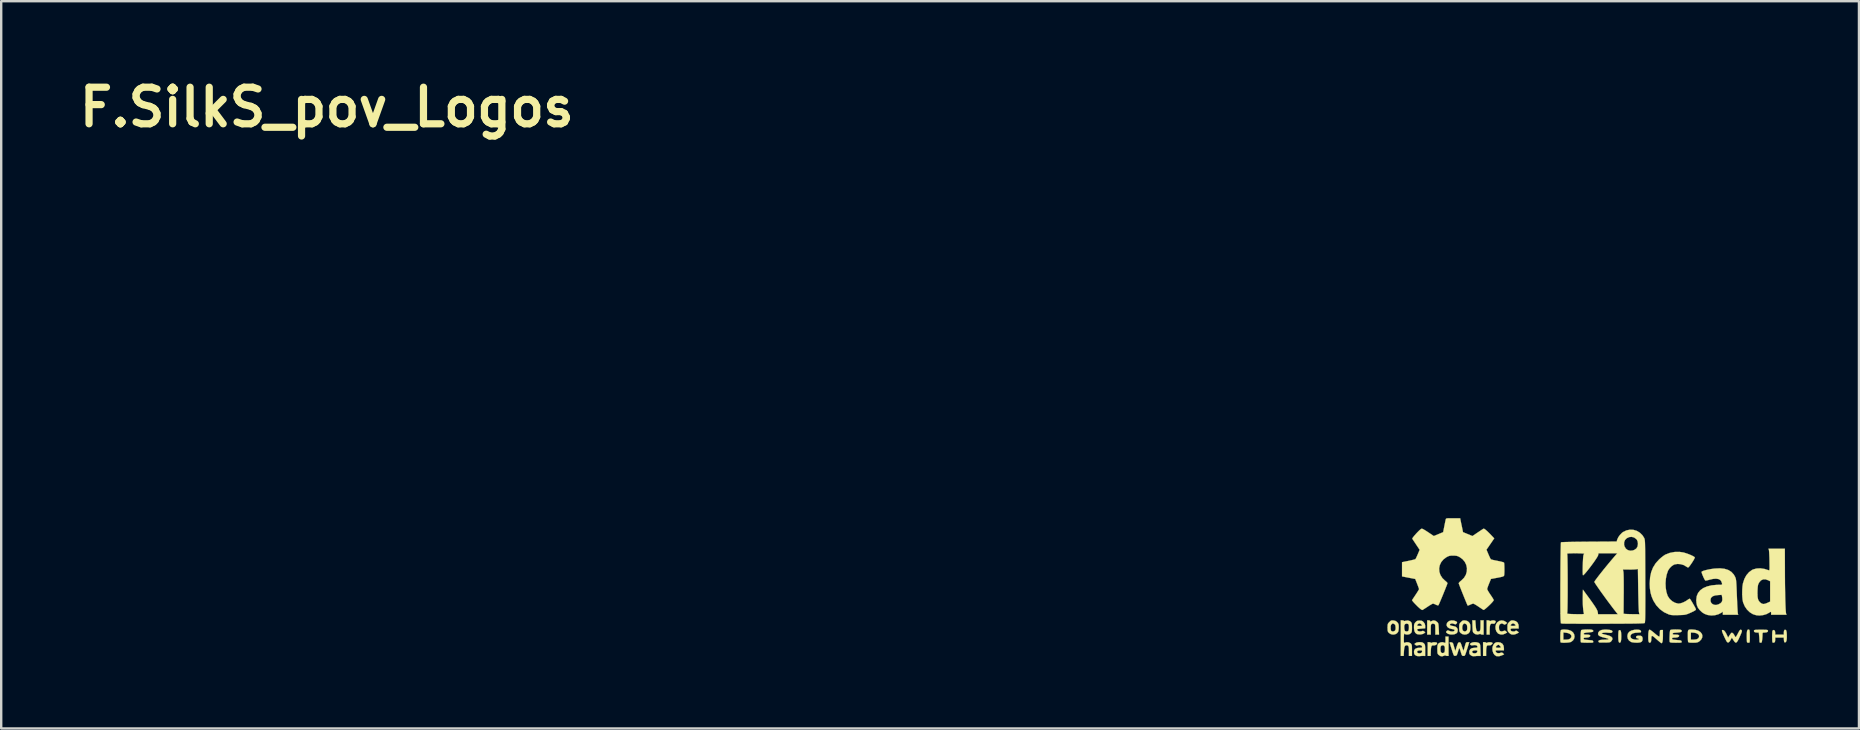
<source format=kicad_pcb>
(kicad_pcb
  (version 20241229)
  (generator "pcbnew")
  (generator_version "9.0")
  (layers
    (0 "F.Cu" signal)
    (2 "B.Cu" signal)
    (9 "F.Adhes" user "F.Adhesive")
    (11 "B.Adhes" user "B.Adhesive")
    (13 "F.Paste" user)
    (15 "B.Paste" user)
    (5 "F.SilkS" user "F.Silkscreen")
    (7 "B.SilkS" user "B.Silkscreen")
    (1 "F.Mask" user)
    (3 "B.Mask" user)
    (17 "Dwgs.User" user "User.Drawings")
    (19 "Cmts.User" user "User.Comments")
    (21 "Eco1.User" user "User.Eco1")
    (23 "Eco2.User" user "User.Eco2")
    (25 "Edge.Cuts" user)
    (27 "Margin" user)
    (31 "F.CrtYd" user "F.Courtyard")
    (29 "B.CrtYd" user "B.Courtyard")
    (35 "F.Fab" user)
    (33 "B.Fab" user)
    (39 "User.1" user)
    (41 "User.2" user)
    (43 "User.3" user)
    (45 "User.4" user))
  (footprint "F.SilkS_pov_Logos"
    (layer "F.Cu")
    (at 10.566 1.418)
    (property "Reference" "F.SilkS_pov_Logos" (at 0 0 0) (layer "F.SilkS") (effects (font (size 1.524 1.524) (thickness 0.3))))
    (attr through_hole)
    (fp_poly (pts (xy 53.892 21.791) (xy 53.914 21.825) (xy 53.926 21.89) (xy 53.932 21.99) (xy 53.933 22.045) (xy 53.929 22.165) (xy 53.918 22.247) (xy 53.898 22.294) (xy 53.869 22.31) (xy 53.868 22.31) (xy 53.84 22.298) (xy 53.823 22.258) (xy 53.816 22.22) (xy 53.811 22.154) (xy 53.808 22.064) (xy 53.809 21.969) (xy 53.81 21.96) (xy 53.814 21.876) (xy 53.82 21.824) (xy 53.832 21.798) (xy 53.85 21.787) (xy 53.861 21.785) (xy 53.892 21.791)) (stroke (width 0.01) (type solid)) (fill yes) (layer "F.SilkS"))
    (fp_poly (pts (xy 45.976 22.295) (xy 45.995 22.31) (xy 45.995 22.31) (xy 46.008 22.322) (xy 46.036 22.31) (xy 46.095 22.293) (xy 46.166 22.29) (xy 46.23 22.3) (xy 46.249 22.309) (xy 46.262 22.335) (xy 46.247 22.369) (xy 46.21 22.4) (xy 46.164 22.419) (xy 46.127 22.422) (xy 46.076 22.42) (xy 46.041 22.434) (xy 46.019 22.47) (xy 46.006 22.534) (xy 45.999 22.633) (xy 45.998 22.658) (xy 45.991 22.86) (xy 45.868 22.86) (xy 45.868 22.288) (xy 45.932 22.288) (xy 45.976 22.295)) (stroke (width 0.01) (type solid)) (fill yes) (layer "F.SilkS"))
    (fp_poly (pts (xy 59.249 21.764) (xy 59.256 21.767) (xy 59.27 21.779) (xy 59.279 21.808) (xy 59.284 21.861) (xy 59.287 21.944) (xy 59.288 22.044) (xy 59.288 22.154) (xy 59.286 22.229) (xy 59.282 22.274) (xy 59.274 22.299) (xy 59.26 22.308) (xy 59.241 22.31) (xy 59.238 22.31) (xy 59.194 22.304) (xy 59.175 22.296) (xy 59.169 22.27) (xy 59.165 22.211) (xy 59.162 22.128) (xy 59.161 22.044) (xy 59.163 21.921) (xy 59.172 21.836) (xy 59.188 21.785) (xy 59.213 21.762) (xy 59.249 21.764)) (stroke (width 0.01) (type solid)) (fill yes) (layer "F.SilkS"))
    (fp_poly (pts (xy 48.432 21.385) (xy 48.45 21.4) (xy 48.45 21.4) (xy 48.463 21.411) (xy 48.491 21.4) (xy 48.554 21.382) (xy 48.625 21.381) (xy 48.682 21.398) (xy 48.682 21.398) (xy 48.701 21.418) (xy 48.697 21.447) (xy 48.683 21.474) (xy 48.654 21.513) (xy 48.615 21.521) (xy 48.591 21.517) (xy 48.533 21.514) (xy 48.493 21.532) (xy 48.468 21.577) (xy 48.455 21.653) (xy 48.451 21.767) (xy 48.45 21.773) (xy 48.45 21.971) (xy 48.324 21.971) (xy 48.324 21.378) (xy 48.387 21.378) (xy 48.432 21.385)) (stroke (width 0.01) (type solid)) (fill yes) (layer "F.SilkS"))
    (fp_poly (pts (xy 48.283 22.295) (xy 48.302 22.31) (xy 48.302 22.31) (xy 48.315 22.322) (xy 48.343 22.31) (xy 48.402 22.293) (xy 48.474 22.29) (xy 48.537 22.3) (xy 48.556 22.309) (xy 48.573 22.327) (xy 48.562 22.353) (xy 48.54 22.378) (xy 48.493 22.414) (xy 48.434 22.421) (xy 48.419 22.42) (xy 48.367 22.418) (xy 48.339 22.436) (xy 48.324 22.468) (xy 48.313 22.516) (xy 48.306 22.591) (xy 48.302 22.679) (xy 48.302 22.692) (xy 48.302 22.86) (xy 48.175 22.86) (xy 48.175 22.288) (xy 48.239 22.288) (xy 48.283 22.295)) (stroke (width 0.01) (type solid)) (fill yes) (layer "F.SilkS"))
    (fp_poly (pts (xy 47.868 21.585) (xy 47.878 21.695) (xy 47.891 21.769) (xy 47.908 21.815) (xy 47.934 21.837) (xy 47.969 21.844) (xy 47.973 21.844) (xy 48.014 21.838) (xy 48.042 21.817) (xy 48.059 21.773) (xy 48.067 21.701) (xy 48.069 21.593) (xy 48.069 21.586) (xy 48.069 21.378) (xy 48.197 21.378) (xy 48.197 21.971) (xy 48.133 21.971) (xy 48.088 21.965) (xy 48.07 21.949) (xy 48.069 21.949) (xy 48.057 21.938) (xy 48.029 21.949) (xy 47.947 21.97) (xy 47.862 21.956) (xy 47.801 21.92) (xy 47.775 21.896) (xy 47.758 21.871) (xy 47.747 21.837) (xy 47.741 21.784) (xy 47.737 21.703) (xy 47.734 21.624) (xy 47.727 21.378) (xy 47.853 21.378) (xy 47.868 21.585)) (stroke (width 0.01) (type solid)) (fill yes) (layer "F.SilkS"))
    (fp_poly (pts (xy 45.96 21.387) (xy 45.974 21.411) (xy 45.978 21.432) (xy 45.997 21.427) (xy 46.021 21.411) (xy 46.097 21.381) (xy 46.178 21.391) (xy 46.251 21.437) (xy 46.28 21.465) (xy 46.299 21.491) (xy 46.312 21.526) (xy 46.319 21.579) (xy 46.325 21.659) (xy 46.329 21.734) (xy 46.34 21.971) (xy 46.186 21.971) (xy 46.186 21.759) (xy 46.185 21.662) (xy 46.182 21.599) (xy 46.175 21.561) (xy 46.162 21.54) (xy 46.141 21.527) (xy 46.135 21.524) (xy 46.078 21.512) (xy 46.04 21.525) (xy 46.02 21.54) (xy 46.006 21.562) (xy 45.999 21.601) (xy 45.996 21.666) (xy 45.995 21.76) (xy 45.995 21.971) (xy 45.847 21.971) (xy 45.847 21.378) (xy 45.91 21.378) (xy 45.96 21.387)) (stroke (width 0.01) (type solid)) (fill yes) (layer "F.SilkS"))
    (fp_poly (pts (xy 49.047 21.398) (xy 49.127 21.444) (xy 49.179 21.488) (xy 49.128 21.527) (xy 49.089 21.552) (xy 49.057 21.552) (xy 49.017 21.53) (xy 48.971 21.508) (xy 48.934 21.511) (xy 48.9 21.527) (xy 48.863 21.555) (xy 48.844 21.594) (xy 48.836 21.66) (xy 48.836 21.662) (xy 48.842 21.755) (xy 48.873 21.815) (xy 48.927 21.841) (xy 49.002 21.831) (xy 49.032 21.819) (xy 49.077 21.806) (xy 49.112 21.82) (xy 49.132 21.839) (xy 49.176 21.883) (xy 49.104 21.927) (xy 49.008 21.965) (xy 48.909 21.968) (xy 48.819 21.937) (xy 48.791 21.917) (xy 48.73 21.84) (xy 48.697 21.744) (xy 48.691 21.64) (xy 48.714 21.542) (xy 48.767 21.461) (xy 48.768 21.46) (xy 48.853 21.402) (xy 48.95 21.381) (xy 49.047 21.398)) (stroke (width 0.01) (type solid)) (fill yes) (layer "F.SilkS"))
    (fp_poly (pts (xy 59.869 21.77) (xy 59.948 21.772) (xy 59.998 21.776) (xy 60.027 21.783) (xy 60.04 21.795) (xy 60.045 21.812) (xy 60.046 21.815) (xy 60.036 21.853) (xy 59.993 21.876) (xy 59.913 21.886) (xy 59.886 21.886) (xy 59.841 21.889) (xy 59.822 21.907) (xy 59.817 21.952) (xy 59.817 21.968) (xy 59.815 22.035) (xy 59.809 22.122) (xy 59.803 22.18) (xy 59.794 22.251) (xy 59.783 22.29) (xy 59.766 22.307) (xy 59.74 22.31) (xy 59.707 22.304) (xy 59.693 22.28) (xy 59.69 22.228) (xy 59.688 22.161) (xy 59.682 22.074) (xy 59.676 22.016) (xy 59.663 21.886) (xy 59.586 21.886) (xy 59.508 21.877) (xy 59.466 21.85) (xy 59.461 21.81) (xy 59.467 21.794) (xy 59.483 21.783) (xy 59.515 21.776) (xy 59.571 21.772) (xy 59.656 21.77) (xy 59.754 21.77) (xy 59.869 21.77)) (stroke (width 0.01) (type solid)) (fill yes) (layer "F.SilkS"))
    (fp_poly (pts (xy 60.782 21.776) (xy 60.793 21.782) (xy 60.81 21.811) (xy 60.823 21.875) (xy 60.83 21.976) (xy 60.83 22.117) (xy 60.819 22.218) (xy 60.795 22.278) (xy 60.758 22.299) (xy 60.758 22.299) (xy 60.732 22.292) (xy 60.718 22.263) (xy 60.71 22.203) (xy 60.71 22.199) (xy 60.704 22.098) (xy 60.346 22.098) (xy 60.346 22.17) (xy 60.343 22.23) (xy 60.334 22.275) (xy 60.333 22.276) (xy 60.304 22.304) (xy 60.26 22.309) (xy 60.233 22.296) (xy 60.227 22.269) (xy 60.223 22.211) (xy 60.22 22.133) (xy 60.219 22.045) (xy 60.221 21.957) (xy 60.224 21.882) (xy 60.229 21.829) (xy 60.232 21.814) (xy 60.262 21.785) (xy 60.283 21.78) (xy 60.321 21.798) (xy 60.342 21.85) (xy 60.346 21.909) (xy 60.346 21.971) (xy 60.706 21.971) (xy 60.706 21.878) (xy 60.715 21.806) (xy 60.74 21.772) (xy 60.782 21.776)) (stroke (width 0.01) (type solid)) (fill yes) (layer "F.SilkS"))
    (fp_poly (pts (xy 51.62 21.763) (xy 51.718 21.776) (xy 51.751 21.782) (xy 51.851 21.821) (xy 51.925 21.883) (xy 51.97 21.961) (xy 51.986 22.048) (xy 51.97 22.134) (xy 51.923 22.213) (xy 51.841 22.276) (xy 51.837 22.278) (xy 51.792 22.291) (xy 51.722 22.302) (xy 51.638 22.308) (xy 51.553 22.311) (xy 51.477 22.309) (xy 51.424 22.303) (xy 51.407 22.296) (xy 51.399 22.266) (xy 51.394 22.206) (xy 51.393 22.183) (xy 51.52 22.183) (xy 51.633 22.183) (xy 51.721 22.176) (xy 51.784 22.152) (xy 51.803 22.139) (xy 51.849 22.084) (xy 51.857 22.028) (xy 51.83 21.975) (xy 51.771 21.931) (xy 51.684 21.902) (xy 51.641 21.895) (xy 51.52 21.881) (xy 51.52 22.183) (xy 51.393 22.183) (xy 51.392 22.124) (xy 51.393 22.033) (xy 51.396 21.942) (xy 51.402 21.864) (xy 51.41 21.807) (xy 51.418 21.785) (xy 51.459 21.768) (xy 51.53 21.761) (xy 51.62 21.763)) (stroke (width 0.01) (type solid)) (fill yes) (layer "F.SilkS"))
    (fp_poly (pts (xy 57.014 21.772) (xy 57.138 21.808) (xy 57.231 21.866) (xy 57.291 21.944) (xy 57.31 22.003) (xy 57.306 22.09) (xy 57.264 22.175) (xy 57.189 22.25) (xy 57.172 22.262) (xy 57.13 22.286) (xy 57.083 22.3) (xy 57.02 22.308) (xy 56.927 22.31) (xy 56.916 22.31) (xy 56.823 22.308) (xy 56.765 22.303) (xy 56.732 22.292) (xy 56.718 22.276) (xy 56.713 22.242) (xy 56.709 22.183) (xy 56.833 22.183) (xy 56.937 22.183) (xy 57.011 22.178) (xy 57.075 22.166) (xy 57.094 22.159) (xy 57.142 22.123) (xy 57.167 22.088) (xy 57.176 22.025) (xy 57.149 21.97) (xy 57.089 21.926) (xy 57.003 21.897) (xy 56.912 21.888) (xy 56.833 21.886) (xy 56.833 22.183) (xy 56.709 22.183) (xy 56.709 22.176) (xy 56.706 22.088) (xy 56.706 22.014) (xy 56.706 21.907) (xy 56.711 21.835) (xy 56.724 21.791) (xy 56.751 21.769) (xy 56.795 21.761) (xy 56.861 21.759) (xy 56.865 21.759) (xy 57.014 21.772)) (stroke (width 0.01) (type solid)) (fill yes) (layer "F.SilkS"))
    (fp_poly (pts (xy 55.136 21.775) (xy 55.185 21.808) (xy 55.251 21.858) (xy 55.321 21.917) (xy 55.41 21.991) (xy 55.472 22.036) (xy 55.509 22.054) (xy 55.524 22.05) (xy 55.533 22.016) (xy 55.539 21.954) (xy 55.541 21.902) (xy 55.542 21.834) (xy 55.549 21.797) (xy 55.566 21.783) (xy 55.599 21.781) (xy 55.605 21.78) (xy 55.668 21.78) (xy 55.668 22.015) (xy 55.665 22.152) (xy 55.655 22.249) (xy 55.637 22.307) (xy 55.612 22.33) (xy 55.607 22.331) (xy 55.585 22.318) (xy 55.539 22.281) (xy 55.475 22.228) (xy 55.401 22.164) (xy 55.316 22.089) (xy 55.257 22.043) (xy 55.22 22.026) (xy 55.198 22.038) (xy 55.188 22.079) (xy 55.184 22.148) (xy 55.184 22.165) (xy 55.176 22.247) (xy 55.156 22.294) (xy 55.122 22.31) (xy 55.118 22.31) (xy 55.09 22.3) (xy 55.072 22.268) (xy 55.061 22.207) (xy 55.057 22.113) (xy 55.057 22.045) (xy 55.061 21.921) (xy 55.072 21.835) (xy 55.09 21.784) (xy 55.111 21.765) (xy 55.136 21.775)) (stroke (width 0.01) (type solid)) (fill yes) (layer "F.SilkS"))
    (fp_poly (pts (xy 48.906 22.307) (xy 48.982 22.356) (xy 49.028 22.435) (xy 49.043 22.537) (xy 49.043 22.627) (xy 48.865 22.627) (xy 48.779 22.628) (xy 48.727 22.631) (xy 48.702 22.639) (xy 48.696 22.653) (xy 48.699 22.671) (xy 48.731 22.722) (xy 48.79 22.747) (xy 48.866 22.742) (xy 48.888 22.735) (xy 48.941 22.719) (xy 48.974 22.724) (xy 49.007 22.751) (xy 49.051 22.795) (xy 48.957 22.838) (xy 48.844 22.874) (xy 48.748 22.873) (xy 48.726 22.866) (xy 48.654 22.819) (xy 48.602 22.744) (xy 48.571 22.651) (xy 48.563 22.551) (xy 48.573 22.491) (xy 48.705 22.491) (xy 48.717 22.51) (xy 48.76 22.52) (xy 48.81 22.521) (xy 48.871 22.518) (xy 48.909 22.508) (xy 48.916 22.5) (xy 48.902 22.47) (xy 48.869 22.432) (xy 48.834 22.402) (xy 48.815 22.394) (xy 48.778 22.408) (xy 48.737 22.441) (xy 48.709 22.477) (xy 48.705 22.491) (xy 48.573 22.491) (xy 48.58 22.454) (xy 48.623 22.37) (xy 48.642 22.347) (xy 48.69 22.309) (xy 48.742 22.292) (xy 48.803 22.289) (xy 48.906 22.307)) (stroke (width 0.01) (type solid)) (fill yes) (layer "F.SilkS"))
    (fp_poly (pts (xy 54.703 21.78) (xy 54.748 21.812) (xy 54.758 21.843) (xy 54.752 21.87) (xy 54.728 21.882) (xy 54.674 21.886) (xy 54.658 21.887) (xy 54.515 21.896) (xy 54.41 21.922) (xy 54.343 21.966) (xy 54.315 22.028) (xy 54.314 22.044) (xy 54.333 22.106) (xy 54.388 22.151) (xy 54.473 22.177) (xy 54.549 22.183) (xy 54.623 22.179) (xy 54.664 22.168) (xy 54.67 22.153) (xy 54.637 22.137) (xy 54.609 22.129) (xy 54.563 22.113) (xy 54.55 22.084) (xy 54.551 22.07) (xy 54.561 22.041) (xy 54.589 22.026) (xy 54.647 22.018) (xy 54.662 22.017) (xy 54.745 22.021) (xy 54.795 22.048) (xy 54.818 22.103) (xy 54.822 22.155) (xy 54.812 22.223) (xy 54.78 22.27) (xy 54.719 22.297) (xy 54.625 22.308) (xy 54.573 22.309) (xy 54.484 22.305) (xy 54.403 22.295) (xy 54.347 22.281) (xy 54.344 22.28) (xy 54.257 22.221) (xy 54.204 22.138) (xy 54.187 22.036) (xy 54.205 21.937) (xy 54.258 21.861) (xy 54.348 21.806) (xy 54.474 21.773) (xy 54.52 21.768) (xy 54.625 21.765) (xy 54.703 21.78)) (stroke (width 0.01) (type solid)) (fill yes) (layer "F.SilkS"))
    (fp_poly (pts (xy 46.952 21.387) (xy 47.017 21.407) (xy 47.073 21.434) (xy 47.093 21.461) (xy 47.081 21.496) (xy 47.066 21.516) (xy 47.039 21.543) (xy 47.006 21.541) (xy 46.981 21.531) (xy 46.904 21.508) (xy 46.839 21.512) (xy 46.802 21.534) (xy 46.791 21.567) (xy 46.821 21.593) (xy 46.893 21.611) (xy 46.936 21.617) (xy 47.029 21.643) (xy 47.091 21.695) (xy 47.12 21.767) (xy 47.11 21.856) (xy 47.104 21.875) (xy 47.066 21.92) (xy 46.998 21.952) (xy 46.914 21.968) (xy 46.824 21.967) (xy 46.739 21.948) (xy 46.699 21.929) (xy 46.648 21.893) (xy 46.633 21.863) (xy 46.652 21.831) (xy 46.667 21.817) (xy 46.7 21.796) (xy 46.734 21.801) (xy 46.757 21.813) (xy 46.817 21.835) (xy 46.884 21.843) (xy 46.942 21.837) (xy 46.979 21.818) (xy 46.983 21.811) (xy 46.988 21.783) (xy 46.974 21.763) (xy 46.932 21.749) (xy 46.858 21.736) (xy 46.761 21.707) (xy 46.693 21.659) (xy 46.658 21.597) (xy 46.658 21.527) (xy 46.697 21.454) (xy 46.7 21.452) (xy 46.766 21.405) (xy 46.854 21.383) (xy 46.952 21.387)) (stroke (width 0.01) (type solid)) (fill yes) (layer "F.SilkS"))
    (fp_poly (pts (xy 47.429 21.384) (xy 47.507 21.401) (xy 47.565 21.438) (xy 47.587 21.461) (xy 47.62 21.504) (xy 47.638 21.548) (xy 47.645 21.608) (xy 47.646 21.663) (xy 47.642 21.745) (xy 47.632 21.816) (xy 47.621 21.855) (xy 47.57 21.919) (xy 47.496 21.959) (xy 47.41 21.971) (xy 47.323 21.956) (xy 47.248 21.911) (xy 47.246 21.91) (xy 47.213 21.876) (xy 47.193 21.843) (xy 47.184 21.8) (xy 47.181 21.733) (xy 47.181 21.685) (xy 47.181 21.658) (xy 47.307 21.658) (xy 47.309 21.733) (xy 47.329 21.795) (xy 47.341 21.811) (xy 47.397 21.841) (xy 47.456 21.832) (xy 47.487 21.81) (xy 47.509 21.769) (xy 47.516 21.702) (xy 47.515 21.668) (xy 47.508 21.599) (xy 47.491 21.559) (xy 47.459 21.532) (xy 47.452 21.528) (xy 47.408 21.508) (xy 47.378 21.514) (xy 47.351 21.536) (xy 47.321 21.586) (xy 47.307 21.658) (xy 47.181 21.658) (xy 47.181 21.602) (xy 47.187 21.547) (xy 47.202 21.509) (xy 47.229 21.474) (xy 47.255 21.448) (xy 47.304 21.403) (xy 47.344 21.383) (xy 47.395 21.381) (xy 47.429 21.384)) (stroke (width 0.01) (type solid)) (fill yes) (layer "F.SilkS"))
    (fp_poly (pts (xy 44.445 21.384) (xy 44.523 21.401) (xy 44.58 21.438) (xy 44.603 21.461) (xy 44.636 21.504) (xy 44.654 21.548) (xy 44.661 21.608) (xy 44.662 21.663) (xy 44.658 21.745) (xy 44.648 21.816) (xy 44.636 21.855) (xy 44.586 21.919) (xy 44.512 21.959) (xy 44.425 21.971) (xy 44.339 21.956) (xy 44.263 21.911) (xy 44.262 21.91) (xy 44.228 21.876) (xy 44.209 21.843) (xy 44.199 21.8) (xy 44.196 21.733) (xy 44.196 21.685) (xy 44.196 21.684) (xy 44.323 21.684) (xy 44.328 21.752) (xy 44.34 21.803) (xy 44.348 21.819) (xy 44.398 21.842) (xy 44.458 21.836) (xy 44.502 21.81) (xy 44.525 21.769) (xy 44.532 21.702) (xy 44.53 21.668) (xy 44.523 21.599) (xy 44.507 21.559) (xy 44.475 21.532) (xy 44.467 21.528) (xy 44.424 21.508) (xy 44.393 21.514) (xy 44.367 21.536) (xy 44.338 21.575) (xy 44.325 21.631) (xy 44.323 21.684) (xy 44.196 21.684) (xy 44.197 21.602) (xy 44.203 21.547) (xy 44.217 21.509) (xy 44.245 21.474) (xy 44.271 21.448) (xy 44.319 21.403) (xy 44.36 21.383) (xy 44.41 21.381) (xy 44.445 21.384)) (stroke (width 0.01) (type solid)) (fill yes) (layer "F.SilkS"))
    (fp_poly (pts (xy 46.736 22.86) (xy 46.672 22.86) (xy 46.628 22.854) (xy 46.609 22.84) (xy 46.609 22.84) (xy 46.593 22.835) (xy 46.554 22.849) (xy 46.551 22.851) (xy 46.47 22.878) (xy 46.399 22.867) (xy 46.335 22.826) (xy 46.304 22.798) (xy 46.285 22.771) (xy 46.275 22.734) (xy 46.271 22.677) (xy 46.27 22.589) (xy 46.27 22.582) (xy 46.27 22.573) (xy 46.398 22.573) (xy 46.406 22.667) (xy 46.432 22.723) (xy 46.477 22.743) (xy 46.535 22.733) (xy 46.56 22.716) (xy 46.575 22.681) (xy 46.582 22.616) (xy 46.584 22.597) (xy 46.582 22.504) (xy 46.563 22.447) (xy 46.525 22.419) (xy 46.494 22.416) (xy 46.442 22.428) (xy 46.411 22.467) (xy 46.398 22.54) (xy 46.398 22.573) (xy 46.27 22.573) (xy 46.271 22.49) (xy 46.276 22.429) (xy 46.286 22.389) (xy 46.305 22.359) (xy 46.322 22.34) (xy 46.389 22.301) (xy 46.472 22.287) (xy 46.554 22.304) (xy 46.568 22.31) (xy 46.59 22.319) (xy 46.602 22.311) (xy 46.608 22.277) (xy 46.609 22.21) (xy 46.609 22.194) (xy 46.609 22.056) (xy 46.736 22.056) (xy 46.736 22.86)) (stroke (width 0.01) (type solid)) (fill yes) (layer "F.SilkS"))
    (fp_poly (pts (xy 58.924 21.771) (xy 58.943 21.786) (xy 58.956 21.805) (xy 58.958 21.83) (xy 58.948 21.871) (xy 58.923 21.935) (xy 58.887 22.018) (xy 58.83 22.144) (xy 58.785 22.232) (xy 58.746 22.286) (xy 58.713 22.307) (xy 58.68 22.297) (xy 58.644 22.259) (xy 58.606 22.203) (xy 58.54 22.097) (xy 58.485 22.198) (xy 58.437 22.271) (xy 58.393 22.302) (xy 58.353 22.293) (xy 58.327 22.263) (xy 58.297 22.21) (xy 58.258 22.132) (xy 58.216 22.044) (xy 58.178 21.957) (xy 58.148 21.883) (xy 58.133 21.839) (xy 58.128 21.797) (xy 58.145 21.782) (xy 58.162 21.78) (xy 58.207 21.796) (xy 58.255 21.846) (xy 58.307 21.933) (xy 58.333 21.987) (xy 58.384 22.096) (xy 58.442 22.004) (xy 58.48 21.949) (xy 58.513 21.908) (xy 58.525 21.897) (xy 58.559 21.898) (xy 58.6 21.93) (xy 58.639 21.985) (xy 58.653 22.015) (xy 58.676 22.058) (xy 58.697 22.077) (xy 58.697 22.077) (xy 58.715 22.059) (xy 58.745 22.013) (xy 58.781 21.946) (xy 58.79 21.93) (xy 58.836 21.843) (xy 58.871 21.79) (xy 58.898 21.767) (xy 58.924 21.771)) (stroke (width 0.01) (type solid)) (fill yes) (layer "F.SilkS"))
    (fp_poly (pts (xy 47.901 22.291) (xy 47.978 22.311) (xy 48.009 22.329) (xy 48.031 22.349) (xy 48.045 22.375) (xy 48.055 22.413) (xy 48.06 22.473) (xy 48.064 22.564) (xy 48.066 22.616) (xy 48.073 22.862) (xy 47.992 22.86) (xy 47.913 22.862) (xy 47.832 22.87) (xy 47.826 22.87) (xy 47.75 22.872) (xy 47.684 22.847) (xy 47.673 22.84) (xy 47.621 22.795) (xy 47.6 22.749) (xy 47.604 22.693) (xy 47.716 22.693) (xy 47.731 22.722) (xy 47.775 22.748) (xy 47.834 22.754) (xy 47.889 22.741) (xy 47.921 22.713) (xy 47.94 22.665) (xy 47.929 22.638) (xy 47.884 22.628) (xy 47.85 22.627) (xy 47.775 22.636) (xy 47.729 22.659) (xy 47.716 22.693) (xy 47.604 22.693) (xy 47.606 22.65) (xy 47.641 22.58) (xy 47.707 22.538) (xy 47.806 22.522) (xy 47.827 22.521) (xy 47.901 22.517) (xy 47.937 22.502) (xy 47.94 22.472) (xy 47.923 22.439) (xy 47.887 22.417) (xy 47.828 22.408) (xy 47.761 22.415) (xy 47.741 22.421) (xy 47.688 22.419) (xy 47.657 22.403) (xy 47.629 22.379) (xy 47.631 22.359) (xy 47.664 22.33) (xy 47.664 22.329) (xy 47.727 22.3) (xy 47.811 22.287) (xy 47.901 22.291)) (stroke (width 0.01) (type solid)) (fill yes) (layer "F.SilkS"))
    (fp_poly (pts (xy 53.346 21.765) (xy 53.459 21.777) (xy 53.532 21.798) (xy 53.566 21.828) (xy 53.559 21.866) (xy 53.552 21.875) (xy 53.528 21.893) (xy 53.487 21.9) (xy 53.418 21.897) (xy 53.392 21.894) (xy 53.307 21.889) (xy 53.228 21.891) (xy 53.165 21.899) (xy 53.125 21.911) (xy 53.119 21.927) (xy 53.121 21.929) (xy 53.149 21.943) (xy 53.208 21.96) (xy 53.285 21.978) (xy 53.298 21.981) (xy 53.427 22.016) (xy 53.514 22.059) (xy 53.56 22.109) (xy 53.564 22.167) (xy 53.528 22.233) (xy 53.523 22.238) (xy 53.498 22.266) (xy 53.471 22.284) (xy 53.435 22.294) (xy 53.379 22.3) (xy 53.294 22.303) (xy 53.252 22.304) (xy 53.158 22.304) (xy 53.079 22.303) (xy 53.024 22.3) (xy 53.007 22.297) (xy 52.984 22.268) (xy 52.98 22.247) (xy 52.998 22.218) (xy 53.053 22.198) (xy 53.147 22.186) (xy 53.255 22.183) (xy 53.345 22.179) (xy 53.394 22.169) (xy 53.4 22.154) (xy 53.364 22.135) (xy 53.286 22.113) (xy 53.264 22.108) (xy 53.134 22.075) (xy 53.043 22.041) (xy 52.988 22.002) (xy 52.965 21.956) (xy 52.972 21.901) (xy 52.984 21.871) (xy 53.033 21.815) (xy 53.116 21.779) (xy 53.235 21.763) (xy 53.346 21.765)) (stroke (width 0.01) (type solid)) (fill yes) (layer "F.SilkS"))
    (fp_poly (pts (xy 45.599 21.392) (xy 45.645 21.408) (xy 45.686 21.442) (xy 45.701 21.458) (xy 45.745 21.521) (xy 45.761 21.589) (xy 45.762 21.619) (xy 45.762 21.711) (xy 45.602 21.723) (xy 45.523 21.73) (xy 45.462 21.739) (xy 45.429 21.747) (xy 45.428 21.748) (xy 45.427 21.774) (xy 45.437 21.797) (xy 45.477 21.827) (xy 45.538 21.84) (xy 45.603 21.835) (xy 45.632 21.824) (xy 45.674 21.815) (xy 45.718 21.838) (xy 45.72 21.84) (xy 45.766 21.877) (xy 45.721 21.917) (xy 45.665 21.946) (xy 45.586 21.963) (xy 45.5 21.965) (xy 45.427 21.953) (xy 45.405 21.943) (xy 45.35 21.896) (xy 45.316 21.829) (xy 45.3 21.733) (xy 45.297 21.67) (xy 45.299 21.592) (xy 45.424 21.592) (xy 45.443 21.603) (xy 45.491 21.61) (xy 45.529 21.611) (xy 45.59 21.609) (xy 45.628 21.602) (xy 45.635 21.597) (xy 45.619 21.564) (xy 45.581 21.529) (xy 45.539 21.507) (xy 45.528 21.505) (xy 45.484 21.52) (xy 45.444 21.552) (xy 45.424 21.589) (xy 45.424 21.592) (xy 45.299 21.592) (xy 45.299 21.59) (xy 45.308 21.537) (xy 45.328 21.496) (xy 45.358 21.458) (xy 45.401 21.416) (xy 45.444 21.395) (xy 45.504 21.389) (xy 45.529 21.389) (xy 45.599 21.392)) (stroke (width 0.01) (type solid)) (fill yes) (layer "F.SilkS"))
    (fp_poly (pts (xy 45.61 22.292) (xy 45.66 22.304) (xy 45.699 22.33) (xy 45.71 22.34) (xy 45.733 22.366) (xy 45.748 22.394) (xy 45.757 22.433) (xy 45.761 22.493) (xy 45.762 22.583) (xy 45.762 22.627) (xy 45.762 22.862) (xy 45.683 22.859) (xy 45.605 22.861) (xy 45.53 22.869) (xy 45.529 22.869) (xy 45.444 22.868) (xy 45.39 22.852) (xy 45.335 22.817) (xy 45.306 22.769) (xy 45.297 22.694) (xy 45.297 22.68) (xy 45.297 22.678) (xy 45.427 22.678) (xy 45.434 22.719) (xy 45.448 22.735) (xy 45.501 22.752) (xy 45.561 22.75) (xy 45.608 22.731) (xy 45.61 22.729) (xy 45.632 22.687) (xy 45.635 22.664) (xy 45.629 22.64) (xy 45.605 22.63) (xy 45.55 22.63) (xy 45.535 22.631) (xy 45.47 22.639) (xy 45.437 22.656) (xy 45.427 22.678) (xy 45.297 22.678) (xy 45.315 22.605) (xy 45.367 22.554) (xy 45.453 22.526) (xy 45.522 22.521) (xy 45.588 22.519) (xy 45.622 22.511) (xy 45.634 22.493) (xy 45.635 22.478) (xy 45.617 22.437) (xy 45.571 22.411) (xy 45.509 22.405) (xy 45.462 22.417) (xy 45.413 22.431) (xy 45.377 22.418) (xy 45.358 22.403) (xy 45.314 22.364) (xy 45.361 22.326) (xy 45.413 22.3) (xy 45.494 22.289) (xy 45.533 22.288) (xy 45.61 22.292)) (stroke (width 0.01) (type solid)) (fill yes) (layer "F.SilkS"))
    (fp_poly (pts (xy 49.44 21.384) (xy 49.54 21.413) (xy 49.611 21.472) (xy 49.65 21.557) (xy 49.657 21.622) (xy 49.657 21.717) (xy 49.488 21.717) (xy 49.403 21.718) (xy 49.352 21.723) (xy 49.327 21.732) (xy 49.319 21.749) (xy 49.318 21.755) (xy 49.332 21.802) (xy 49.344 21.819) (xy 49.382 21.836) (xy 49.436 21.843) (xy 49.488 21.839) (xy 49.519 21.823) (xy 49.519 21.823) (xy 49.543 21.803) (xy 49.579 21.814) (xy 49.617 21.842) (xy 49.666 21.881) (xy 49.593 21.926) (xy 49.502 21.962) (xy 49.427 21.971) (xy 49.361 21.965) (xy 49.311 21.941) (xy 49.263 21.899) (xy 49.226 21.859) (xy 49.204 21.823) (xy 49.194 21.777) (xy 49.191 21.708) (xy 49.191 21.675) (xy 49.193 21.594) (xy 49.193 21.592) (xy 49.318 21.592) (xy 49.337 21.603) (xy 49.386 21.61) (xy 49.424 21.611) (xy 49.485 21.608) (xy 49.523 21.599) (xy 49.53 21.592) (xy 49.513 21.555) (xy 49.473 21.522) (xy 49.428 21.505) (xy 49.424 21.505) (xy 49.38 21.519) (xy 49.339 21.552) (xy 49.318 21.589) (xy 49.318 21.592) (xy 49.193 21.592) (xy 49.199 21.542) (xy 49.216 21.504) (xy 49.248 21.466) (xy 49.266 21.448) (xy 49.315 21.403) (xy 49.355 21.383) (xy 49.406 21.381) (xy 49.44 21.384)) (stroke (width 0.01) (type solid)) (fill yes) (layer "F.SilkS"))
    (fp_poly (pts (xy 52.615 21.761) (xy 52.687 21.766) (xy 52.721 21.773) (xy 52.759 21.796) (xy 52.767 21.83) (xy 52.747 21.855) (xy 52.717 21.863) (xy 52.656 21.872) (xy 52.577 21.88) (xy 52.552 21.882) (xy 52.463 21.891) (xy 52.408 21.902) (xy 52.38 21.916) (xy 52.37 21.934) (xy 52.372 21.956) (xy 52.396 21.967) (xy 52.45 21.971) (xy 52.469 21.971) (xy 52.561 21.975) (xy 52.617 21.989) (xy 52.64 22.014) (xy 52.642 22.025) (xy 52.622 22.062) (xy 52.567 22.086) (xy 52.483 22.098) (xy 52.463 22.098) (xy 52.403 22.101) (xy 52.374 22.112) (xy 52.366 22.137) (xy 52.366 22.139) (xy 52.368 22.155) (xy 52.378 22.167) (xy 52.402 22.177) (xy 52.446 22.185) (xy 52.516 22.193) (xy 52.62 22.203) (xy 52.694 22.209) (xy 52.744 22.222) (xy 52.764 22.256) (xy 52.765 22.262) (xy 52.766 22.282) (xy 52.759 22.296) (xy 52.737 22.304) (xy 52.692 22.308) (xy 52.618 22.309) (xy 52.519 22.31) (xy 52.42 22.309) (xy 52.337 22.305) (xy 52.278 22.301) (xy 52.253 22.296) (xy 52.245 22.266) (xy 52.24 22.206) (xy 52.238 22.124) (xy 52.239 22.033) (xy 52.243 21.942) (xy 52.249 21.864) (xy 52.257 21.807) (xy 52.265 21.785) (xy 52.296 21.774) (xy 52.358 21.766) (xy 52.44 21.761) (xy 52.529 21.759) (xy 52.615 21.761)) (stroke (width 0.01) (type solid)) (fill yes) (layer "F.SilkS"))
    (fp_poly (pts (xy 56.298 21.761) (xy 56.374 21.766) (xy 56.42 21.776) (xy 56.444 21.794) (xy 56.451 21.82) (xy 56.452 21.824) (xy 56.442 21.849) (xy 56.409 21.868) (xy 56.348 21.88) (xy 56.253 21.889) (xy 56.198 21.892) (xy 56.127 21.898) (xy 56.089 21.911) (xy 56.075 21.933) (xy 56.074 21.934) (xy 56.077 21.956) (xy 56.1 21.967) (xy 56.154 21.971) (xy 56.173 21.971) (xy 56.265 21.975) (xy 56.321 21.989) (xy 56.344 22.014) (xy 56.346 22.025) (xy 56.326 22.062) (xy 56.27 22.086) (xy 56.182 22.098) (xy 56.157 22.098) (xy 56.092 22.1) (xy 56.06 22.11) (xy 56.05 22.13) (xy 56.049 22.139) (xy 56.051 22.155) (xy 56.061 22.167) (xy 56.085 22.177) (xy 56.129 22.185) (xy 56.199 22.193) (xy 56.303 22.203) (xy 56.377 22.209) (xy 56.427 22.222) (xy 56.447 22.256) (xy 56.448 22.262) (xy 56.449 22.282) (xy 56.442 22.296) (xy 56.419 22.304) (xy 56.373 22.308) (xy 56.298 22.309) (xy 56.209 22.31) (xy 56.1 22.309) (xy 56.026 22.305) (xy 55.981 22.298) (xy 55.958 22.287) (xy 55.951 22.278) (xy 55.946 22.241) (xy 55.944 22.174) (xy 55.945 22.09) (xy 55.949 21.998) (xy 55.954 21.91) (xy 55.961 21.838) (xy 55.969 21.793) (xy 55.972 21.786) (xy 56.001 21.771) (xy 56.067 21.763) (xy 56.172 21.759) (xy 56.186 21.759) (xy 56.298 21.761)) (stroke (width 0.01) (type solid)) (fill yes) (layer "F.SilkS"))
    (fp_poly (pts (xy 47.526 22.526) (xy 47.487 22.649) (xy 47.458 22.737) (xy 47.437 22.797) (xy 47.419 22.833) (xy 47.403 22.852) (xy 47.384 22.859) (xy 47.362 22.86) (xy 47.354 22.86) (xy 47.324 22.857) (xy 47.303 22.844) (xy 47.284 22.813) (xy 47.264 22.754) (xy 47.245 22.69) (xy 47.221 22.614) (xy 47.201 22.559) (xy 47.186 22.533) (xy 47.183 22.533) (xy 47.171 22.558) (xy 47.152 22.613) (xy 47.129 22.686) (xy 47.126 22.697) (xy 47.101 22.776) (xy 47.082 22.822) (xy 47.061 22.845) (xy 47.032 22.854) (xy 47.018 22.856) (xy 46.992 22.857) (xy 46.973 22.851) (xy 46.955 22.832) (xy 46.937 22.792) (xy 46.914 22.726) (xy 46.882 22.628) (xy 46.874 22.602) (xy 46.842 22.501) (xy 46.815 22.414) (xy 46.794 22.349) (xy 46.783 22.315) (xy 46.782 22.313) (xy 46.788 22.295) (xy 46.826 22.291) (xy 46.843 22.292) (xy 46.897 22.307) (xy 46.925 22.342) (xy 46.929 22.352) (xy 46.943 22.401) (xy 46.964 22.473) (xy 46.981 22.532) (xy 47.018 22.659) (xy 47.074 22.479) (xy 47.103 22.392) (xy 47.126 22.337) (xy 47.147 22.307) (xy 47.171 22.295) (xy 47.183 22.293) (xy 47.208 22.293) (xy 47.229 22.306) (xy 47.248 22.339) (xy 47.271 22.399) (xy 47.294 22.469) (xy 47.321 22.548) (xy 47.343 22.609) (xy 47.357 22.641) (xy 47.36 22.645) (xy 47.368 22.622) (xy 47.384 22.569) (xy 47.405 22.495) (xy 47.413 22.463) (xy 47.437 22.379) (xy 47.454 22.327) (xy 47.472 22.3) (xy 47.495 22.29) (xy 47.528 22.288) (xy 47.6 22.288) (xy 47.526 22.526)) (stroke (width 0.01) (type solid)) (fill yes) (layer "F.SilkS"))
    (fp_poly (pts (xy 44.854 21.385) (xy 44.877 21.4) (xy 44.901 21.409) (xy 44.949 21.396) (xy 45.039 21.383) (xy 45.122 21.409) (xy 45.169 21.446) (xy 45.19 21.475) (xy 45.203 21.513) (xy 45.21 21.571) (xy 45.212 21.659) (xy 45.212 21.68) (xy 45.211 21.772) (xy 45.206 21.832) (xy 45.196 21.872) (xy 45.177 21.901) (xy 45.16 21.919) (xy 45.1 21.959) (xy 45.024 21.971) (xy 44.967 21.966) (xy 44.931 21.954) (xy 44.926 21.95) (xy 44.904 21.928) (xy 44.888 21.944) (xy 44.878 22.001) (xy 44.874 22.099) (xy 44.873 22.13) (xy 44.874 22.224) (xy 44.876 22.281) (xy 44.882 22.31) (xy 44.894 22.318) (xy 44.912 22.312) (xy 44.914 22.31) (xy 44.993 22.288) (xy 45.078 22.296) (xy 45.149 22.331) (xy 45.16 22.34) (xy 45.183 22.366) (xy 45.198 22.394) (xy 45.207 22.434) (xy 45.211 22.494) (xy 45.212 22.584) (xy 45.212 22.626) (xy 45.212 22.86) (xy 45.085 22.86) (xy 45.085 22.663) (xy 45.083 22.556) (xy 45.074 22.484) (xy 45.056 22.441) (xy 45.027 22.42) (xy 44.988 22.416) (xy 44.946 22.424) (xy 44.916 22.454) (xy 44.896 22.51) (xy 44.883 22.6) (xy 44.878 22.67) (xy 44.867 22.86) (xy 44.746 22.86) (xy 44.746 21.605) (xy 44.891 21.605) (xy 44.892 21.702) (xy 44.903 21.778) (xy 44.92 21.818) (xy 44.962 21.84) (xy 45.017 21.84) (xy 45.06 21.819) (xy 45.074 21.785) (xy 45.083 21.724) (xy 45.085 21.671) (xy 45.083 21.599) (xy 45.073 21.556) (xy 45.051 21.532) (xy 45.04 21.525) (xy 44.98 21.512) (xy 44.927 21.534) (xy 44.895 21.582) (xy 44.891 21.605) (xy 44.746 21.605) (xy 44.746 21.378) (xy 44.808 21.378) (xy 44.854 21.385)) (stroke (width 0.01) (type solid)) (fill yes) (layer "F.SilkS"))
    (fp_poly (pts (xy 60.751 19.299) (xy 60.752 19.589) (xy 60.754 19.862) (xy 60.758 20.116) (xy 60.762 20.347) (xy 60.767 20.553) (xy 60.773 20.731) (xy 60.779 20.878) (xy 60.787 20.991) (xy 60.794 21.066) (xy 60.8 21.098) (xy 60.817 21.145) (xy 60.177 21.145) (xy 60.177 21.082) (xy 60.174 21.036) (xy 60.16 21.022) (xy 60.126 21.038) (xy 60.092 21.061) (xy 59.978 21.121) (xy 59.84 21.16) (xy 59.693 21.176) (xy 59.561 21.166) (xy 59.418 21.122) (xy 59.287 21.041) (xy 59.171 20.929) (xy 59.078 20.793) (xy 59.012 20.638) (xy 59.003 20.606) (xy 58.985 20.506) (xy 58.975 20.378) (xy 58.972 20.298) (xy 59.607 20.298) (xy 59.614 20.411) (xy 59.631 20.497) (xy 59.661 20.564) (xy 59.704 20.618) (xy 59.723 20.636) (xy 59.787 20.681) (xy 59.852 20.698) (xy 59.927 20.687) (xy 60.023 20.649) (xy 60.135 20.597) (xy 60.135 19.749) (xy 60.051 19.707) (xy 59.94 19.668) (xy 59.841 19.671) (xy 59.754 19.713) (xy 59.682 19.795) (xy 59.67 19.815) (xy 59.646 19.862) (xy 59.63 19.912) (xy 59.62 19.973) (xy 59.613 20.059) (xy 59.609 20.151) (xy 59.607 20.298) (xy 58.972 20.298) (xy 58.971 20.234) (xy 58.974 20.088) (xy 58.984 19.954) (xy 59.001 19.844) (xy 59.003 19.835) (xy 59.062 19.653) (xy 59.147 19.497) (xy 59.255 19.371) (xy 59.382 19.279) (xy 59.423 19.259) (xy 59.565 19.219) (xy 59.725 19.211) (xy 59.896 19.235) (xy 60.069 19.29) (xy 60.077 19.293) (xy 60.09 19.296) (xy 60.1 19.29) (xy 60.106 19.269) (xy 60.11 19.228) (xy 60.111 19.161) (xy 60.11 19.064) (xy 60.108 18.931) (xy 60.108 18.899) (xy 60.105 18.769) (xy 60.1 18.65) (xy 60.095 18.551) (xy 60.089 18.48) (xy 60.084 18.442) (xy 60.083 18.441) (xy 60.066 18.394) (xy 60.748 18.394) (xy 60.751 19.299)) (stroke (width 0.01) (type solid)) (fill yes) (layer "F.SilkS"))
    (fp_poly (pts (xy 56.526 18.551) (xy 56.611 18.576) (xy 56.706 18.608) (xy 56.8 18.645) (xy 56.884 18.683) (xy 56.951 18.718) (xy 56.99 18.745) (xy 56.997 18.756) (xy 56.989 18.787) (xy 56.961 18.842) (xy 56.92 18.912) (xy 56.871 18.988) (xy 56.821 19.061) (xy 56.775 19.123) (xy 56.738 19.164) (xy 56.72 19.177) (xy 56.683 19.165) (xy 56.637 19.135) (xy 56.636 19.134) (xy 56.529 19.073) (xy 56.405 19.037) (xy 56.277 19.028) (xy 56.158 19.047) (xy 56.128 19.058) (xy 56.039 19.114) (xy 55.955 19.197) (xy 55.888 19.294) (xy 55.876 19.32) (xy 55.823 19.476) (xy 55.79 19.652) (xy 55.777 19.837) (xy 55.785 20.022) (xy 55.813 20.194) (xy 55.86 20.342) (xy 55.877 20.377) (xy 55.953 20.488) (xy 56.054 20.58) (xy 56.169 20.645) (xy 56.29 20.677) (xy 56.33 20.68) (xy 56.406 20.668) (xy 56.501 20.636) (xy 56.597 20.59) (xy 56.68 20.538) (xy 56.688 20.531) (xy 56.739 20.496) (xy 56.777 20.478) (xy 56.788 20.478) (xy 56.808 20.501) (xy 56.842 20.553) (xy 56.885 20.622) (xy 56.931 20.701) (xy 56.976 20.78) (xy 57.013 20.849) (xy 57.037 20.899) (xy 57.044 20.919) (xy 57.036 20.941) (xy 57.009 20.965) (xy 56.956 20.996) (xy 56.874 21.036) (xy 56.782 21.077) (xy 56.711 21.107) (xy 56.654 21.128) (xy 56.598 21.142) (xy 56.534 21.151) (xy 56.45 21.156) (xy 56.337 21.159) (xy 56.314 21.16) (xy 56.186 21.162) (xy 56.091 21.161) (xy 56.02 21.156) (xy 55.963 21.145) (xy 55.911 21.13) (xy 55.714 21.038) (xy 55.541 20.911) (xy 55.393 20.752) (xy 55.275 20.564) (xy 55.267 20.549) (xy 55.199 20.39) (xy 55.154 20.23) (xy 55.127 20.058) (xy 55.118 19.859) (xy 55.118 19.842) (xy 55.133 19.595) (xy 55.178 19.375) (xy 55.255 19.178) (xy 55.366 19) (xy 55.511 18.839) (xy 55.591 18.769) (xy 55.674 18.703) (xy 55.746 18.653) (xy 55.773 18.638) (xy 55.957 18.567) (xy 56.157 18.529) (xy 56.361 18.526) (xy 56.526 18.551)) (stroke (width 0.01) (type solid)) (fill yes) (layer "F.SilkS"))
    (fp_poly (pts (xy 58.236 19.231) (xy 58.394 19.281) (xy 58.522 19.361) (xy 58.622 19.471) (xy 58.677 19.569) (xy 58.69 19.6) (xy 58.701 19.634) (xy 58.71 19.675) (xy 58.718 19.728) (xy 58.724 19.797) (xy 58.73 19.889) (xy 58.736 20.007) (xy 58.742 20.158) (xy 58.749 20.345) (xy 58.75 20.362) (xy 58.757 20.531) (xy 58.763 20.687) (xy 58.77 20.826) (xy 58.777 20.942) (xy 58.783 21.03) (xy 58.788 21.084) (xy 58.791 21.098) (xy 58.806 21.145) (xy 58.166 21.145) (xy 58.166 21.016) (xy 58.104 21.06) (xy 57.982 21.124) (xy 57.838 21.164) (xy 57.687 21.175) (xy 57.544 21.157) (xy 57.533 21.155) (xy 57.406 21.11) (xy 57.302 21.045) (xy 57.204 20.952) (xy 57.193 20.94) (xy 57.126 20.849) (xy 57.084 20.752) (xy 57.063 20.635) (xy 57.06 20.559) (xy 57.648 20.559) (xy 57.671 20.634) (xy 57.722 20.692) (xy 57.794 20.729) (xy 57.881 20.738) (xy 57.975 20.715) (xy 57.981 20.713) (xy 58.069 20.664) (xy 58.122 20.607) (xy 58.144 20.534) (xy 58.14 20.436) (xy 58.131 20.384) (xy 58.117 20.315) (xy 57.967 20.325) (xy 57.838 20.341) (xy 57.746 20.374) (xy 57.686 20.423) (xy 57.66 20.472) (xy 57.648 20.559) (xy 57.06 20.559) (xy 57.058 20.521) (xy 57.077 20.369) (xy 57.133 20.237) (xy 57.224 20.125) (xy 57.35 20.034) (xy 57.508 19.966) (xy 57.697 19.92) (xy 57.917 19.899) (xy 58.01 19.897) (xy 58.085 19.896) (xy 58.125 19.889) (xy 58.136 19.866) (xy 58.124 19.818) (xy 58.101 19.756) (xy 58.057 19.695) (xy 57.981 19.657) (xy 57.878 19.642) (xy 57.752 19.652) (xy 57.609 19.685) (xy 57.605 19.686) (xy 57.531 19.707) (xy 57.47 19.719) (xy 57.437 19.72) (xy 57.436 19.72) (xy 57.417 19.697) (xy 57.388 19.645) (xy 57.355 19.577) (xy 57.323 19.502) (xy 57.296 19.432) (xy 57.28 19.379) (xy 57.277 19.361) (xy 57.297 19.34) (xy 57.352 19.316) (xy 57.434 19.291) (xy 57.537 19.267) (xy 57.654 19.244) (xy 57.777 19.226) (xy 57.832 19.22) (xy 58.049 19.211) (xy 58.236 19.231)) (stroke (width 0.01) (type solid)) (fill yes) (layer "F.SilkS"))
    (fp_poly (pts (xy 47.244 17.246) (xy 47.261 17.329) (xy 47.283 17.432) (xy 47.304 17.532) (xy 47.304 17.535) (xy 47.339 17.703) (xy 47.732 17.866) (xy 47.948 17.72) (xy 48.034 17.663) (xy 48.108 17.613) (xy 48.164 17.577) (xy 48.192 17.559) (xy 48.192 17.559) (xy 48.223 17.564) (xy 48.278 17.602) (xy 48.357 17.672) (xy 48.461 17.775) (xy 48.531 17.848) (xy 48.64 17.963) (xy 48.317 18.434) (xy 48.397 18.625) (xy 48.434 18.709) (xy 48.467 18.779) (xy 48.492 18.824) (xy 48.501 18.835) (xy 48.53 18.846) (xy 48.592 18.862) (xy 48.677 18.881) (xy 48.777 18.9) (xy 48.778 18.901) (xy 48.878 18.921) (xy 48.961 18.941) (xy 49.021 18.959) (xy 49.048 18.972) (xy 49.048 18.972) (xy 49.054 19.003) (xy 49.059 19.065) (xy 49.062 19.149) (xy 49.063 19.243) (xy 49.063 19.338) (xy 49.06 19.421) (xy 49.056 19.484) (xy 49.052 19.508) (xy 49.042 19.527) (xy 49.02 19.543) (xy 48.978 19.559) (xy 48.911 19.575) (xy 48.81 19.596) (xy 48.772 19.603) (xy 48.504 19.653) (xy 48.425 19.844) (xy 48.391 19.93) (xy 48.364 20.005) (xy 48.348 20.058) (xy 48.345 20.074) (xy 48.357 20.106) (xy 48.388 20.164) (xy 48.434 20.239) (xy 48.482 20.31) (xy 48.537 20.391) (xy 48.582 20.462) (xy 48.611 20.513) (xy 48.62 20.536) (xy 48.605 20.565) (xy 48.567 20.613) (xy 48.511 20.674) (xy 48.444 20.741) (xy 48.373 20.808) (xy 48.306 20.868) (xy 48.249 20.914) (xy 48.208 20.941) (xy 48.193 20.944) (xy 48.165 20.926) (xy 48.11 20.89) (xy 48.037 20.842) (xy 47.981 20.804) (xy 47.902 20.752) (xy 47.833 20.711) (xy 47.783 20.686) (xy 47.765 20.68) (xy 47.727 20.689) (xy 47.669 20.711) (xy 47.637 20.726) (xy 47.581 20.751) (xy 47.543 20.763) (xy 47.534 20.763) (xy 47.521 20.738) (xy 47.496 20.681) (xy 47.462 20.599) (xy 47.42 20.497) (xy 47.374 20.384) (xy 47.326 20.266) (xy 47.28 20.149) (xy 47.237 20.041) (xy 47.202 19.949) (xy 47.175 19.879) (xy 47.161 19.838) (xy 47.159 19.831) (xy 47.175 19.804) (xy 47.216 19.761) (xy 47.273 19.714) (xy 47.383 19.605) (xy 47.458 19.48) (xy 47.497 19.344) (xy 47.503 19.205) (xy 47.475 19.069) (xy 47.414 18.942) (xy 47.32 18.83) (xy 47.198 18.742) (xy 47.13 18.708) (xy 47.068 18.689) (xy 46.996 18.681) (xy 46.926 18.68) (xy 46.836 18.682) (xy 46.77 18.692) (xy 46.71 18.714) (xy 46.651 18.745) (xy 46.524 18.839) (xy 46.43 18.953) (xy 46.37 19.081) (xy 46.344 19.217) (xy 46.354 19.356) (xy 46.398 19.491) (xy 46.479 19.617) (xy 46.581 19.716) (xy 46.637 19.763) (xy 46.677 19.803) (xy 46.692 19.826) (xy 46.685 19.852) (xy 46.664 19.911) (xy 46.631 19.994) (xy 46.591 20.096) (xy 46.545 20.21) (xy 46.497 20.328) (xy 46.449 20.444) (xy 46.404 20.55) (xy 46.365 20.641) (xy 46.335 20.708) (xy 46.316 20.746) (xy 46.313 20.751) (xy 46.284 20.754) (xy 46.232 20.737) (xy 46.208 20.725) (xy 46.148 20.698) (xy 46.101 20.682) (xy 46.089 20.68) (xy 46.059 20.691) (xy 46.003 20.722) (xy 45.93 20.766) (xy 45.867 20.808) (xy 45.786 20.861) (xy 45.716 20.906) (xy 45.665 20.937) (xy 45.646 20.947) (xy 45.615 20.938) (xy 45.559 20.899) (xy 45.482 20.831) (xy 45.453 20.804) (xy 45.382 20.733) (xy 45.318 20.667) (xy 45.271 20.615) (xy 45.253 20.594) (xy 45.214 20.539) (xy 45.361 20.318) (xy 45.417 20.233) (xy 45.463 20.159) (xy 45.495 20.105) (xy 45.508 20.077) (xy 45.508 20.077) (xy 45.5 20.049) (xy 45.48 19.992) (xy 45.451 19.914) (xy 45.428 19.855) (xy 45.349 19.654) (xy 45.074 19.601) (xy 44.799 19.547) (xy 44.799 18.955) (xy 45.07 18.9) (xy 45.172 18.878) (xy 45.26 18.857) (xy 45.324 18.84) (xy 45.357 18.827) (xy 45.359 18.826) (xy 45.374 18.799) (xy 45.402 18.743) (xy 45.436 18.667) (xy 45.455 18.623) (xy 45.533 18.44) (xy 45.387 18.221) (xy 45.33 18.135) (xy 45.28 18.06) (xy 45.244 18.005) (xy 45.226 17.977) (xy 45.225 17.976) (xy 45.234 17.953) (xy 45.266 17.907) (xy 45.316 17.846) (xy 45.376 17.777) (xy 45.441 17.708) (xy 45.504 17.645) (xy 45.559 17.595) (xy 45.599 17.565) (xy 45.6 17.565) (xy 45.622 17.56) (xy 45.654 17.568) (xy 45.703 17.592) (xy 45.773 17.634) (xy 45.872 17.698) (xy 45.881 17.704) (xy 46.123 17.866) (xy 46.512 17.704) (xy 46.56 17.461) (xy 46.58 17.361) (xy 46.598 17.271) (xy 46.612 17.204) (xy 46.62 17.171) (xy 46.626 17.153) (xy 46.638 17.139) (xy 46.663 17.131) (xy 46.708 17.126) (xy 46.78 17.124) (xy 46.885 17.124) (xy 46.925 17.124) (xy 47.22 17.124) (xy 47.244 17.246)) (stroke (width 0.01) (type solid)) (fill yes) (layer "F.SilkS"))
    (fp_poly (pts (xy 54.438 17.607) (xy 54.577 17.649) (xy 54.705 17.725) (xy 54.814 17.832) (xy 54.884 17.941) (xy 54.892 17.957) (xy 54.899 17.975) (xy 54.905 17.996) (xy 54.91 18.024) (xy 54.915 18.062) (xy 54.919 18.112) (xy 54.922 18.178) (xy 54.924 18.262) (xy 54.926 18.367) (xy 54.928 18.495) (xy 54.929 18.651) (xy 54.93 18.836) (xy 54.931 19.054) (xy 54.932 19.307) (xy 54.933 19.598) (xy 54.933 19.744) (xy 54.934 20.066) (xy 54.935 20.347) (xy 54.935 20.591) (xy 54.934 20.8) (xy 54.933 20.976) (xy 54.932 21.121) (xy 54.93 21.238) (xy 54.927 21.33) (xy 54.924 21.398) (xy 54.92 21.446) (xy 54.916 21.475) (xy 54.911 21.488) (xy 54.911 21.488) (xy 54.898 21.493) (xy 54.868 21.498) (xy 54.82 21.502) (xy 54.749 21.505) (xy 54.655 21.508) (xy 54.535 21.511) (xy 54.386 21.513) (xy 54.207 21.514) (xy 53.993 21.516) (xy 53.744 21.517) (xy 53.457 21.518) (xy 53.218 21.519) (xy 52.954 21.519) (xy 52.702 21.519) (xy 52.464 21.519) (xy 52.244 21.519) (xy 52.046 21.518) (xy 51.871 21.518) (xy 51.725 21.517) (xy 51.611 21.516) (xy 51.531 21.514) (xy 51.489 21.513) (xy 51.484 21.513) (xy 51.417 21.503) (xy 51.403 21.33) (xy 51.401 21.274) (xy 51.399 21.184) (xy 51.397 21.086) (xy 51.676 21.086) (xy 51.696 21.102) (xy 51.736 21.109) (xy 51.782 21.112) (xy 51.861 21.116) (xy 51.962 21.119) (xy 52.075 21.121) (xy 52.099 21.121) (xy 52.215 21.122) (xy 52.295 21.121) (xy 52.345 21.118) (xy 52.371 21.112) (xy 52.38 21.102) (xy 52.376 21.087) (xy 52.361 21.031) (xy 52.349 20.941) (xy 52.338 20.824) (xy 52.331 20.688) (xy 52.328 20.541) (xy 52.329 20.398) (xy 52.335 20.099) (xy 52.505 20.331) (xy 52.629 20.5) (xy 52.728 20.639) (xy 52.806 20.752) (xy 52.865 20.842) (xy 52.906 20.914) (xy 52.934 20.97) (xy 52.949 21.016) (xy 52.953 21.036) (xy 52.965 21.124) (xy 53.79 21.124) (xy 53.734 21.056) (xy 53.658 20.96) (xy 53.571 20.847) (xy 53.477 20.721) (xy 53.377 20.588) (xy 53.277 20.452) (xy 53.179 20.316) (xy 53.085 20.187) (xy 53.001 20.067) (xy 52.928 19.962) (xy 52.87 19.876) (xy 52.83 19.814) (xy 52.812 19.78) (xy 52.811 19.777) (xy 52.824 19.75) (xy 52.861 19.696) (xy 52.919 19.618) (xy 52.993 19.52) (xy 53.082 19.407) (xy 53.182 19.282) (xy 53.198 19.262) (xy 54.001 19.262) (xy 54.021 19.354) (xy 54.025 19.396) (xy 54.029 19.476) (xy 54.032 19.587) (xy 54.034 19.725) (xy 54.035 19.886) (xy 54.035 20.063) (xy 54.035 20.252) (xy 54.034 20.274) (xy 54.028 21.101) (xy 54.081 21.11) (xy 54.122 21.113) (xy 54.195 21.116) (xy 54.29 21.119) (xy 54.398 21.121) (xy 54.411 21.121) (xy 54.689 21.124) (xy 54.671 21.045) (xy 54.666 21.007) (xy 54.662 20.931) (xy 54.657 20.823) (xy 54.652 20.688) (xy 54.648 20.531) (xy 54.644 20.356) (xy 54.64 20.169) (xy 54.639 20.101) (xy 54.626 19.236) (xy 54.562 19.249) (xy 54.516 19.254) (xy 54.439 19.258) (xy 54.342 19.261) (xy 54.25 19.262) (xy 54.001 19.262) (xy 53.198 19.262) (xy 53.288 19.151) (xy 53.399 19.016) (xy 53.51 18.883) (xy 53.618 18.756) (xy 53.688 18.674) (xy 53.767 18.584) (xy 52.985 18.584) (xy 52.971 18.66) (xy 52.954 18.701) (xy 52.917 18.765) (xy 52.863 18.847) (xy 52.798 18.943) (xy 52.724 19.045) (xy 52.646 19.149) (xy 52.569 19.249) (xy 52.497 19.339) (xy 52.433 19.415) (xy 52.382 19.469) (xy 52.348 19.498) (xy 52.338 19.5) (xy 52.331 19.476) (xy 52.327 19.417) (xy 52.325 19.331) (xy 52.326 19.227) (xy 52.328 19.112) (xy 52.332 18.995) (xy 52.337 18.882) (xy 52.343 18.783) (xy 52.351 18.704) (xy 52.359 18.655) (xy 52.364 18.642) (xy 52.385 18.611) (xy 52.388 18.601) (xy 52.367 18.596) (xy 52.312 18.591) (xy 52.228 18.587) (xy 52.122 18.585) (xy 52.025 18.584) (xy 51.894 18.585) (xy 51.799 18.586) (xy 51.736 18.589) (xy 51.698 18.593) (xy 51.681 18.601) (xy 51.678 18.612) (xy 51.681 18.621) (xy 51.685 18.65) (xy 51.688 18.715) (xy 51.691 18.814) (xy 51.693 18.941) (xy 51.695 19.092) (xy 51.697 19.261) (xy 51.698 19.445) (xy 51.699 19.638) (xy 51.699 19.835) (xy 51.699 20.033) (xy 51.699 20.226) (xy 51.698 20.41) (xy 51.696 20.58) (xy 51.694 20.731) (xy 51.692 20.859) (xy 51.689 20.958) (xy 51.686 21.025) (xy 51.683 21.054) (xy 51.676 21.086) (xy 51.397 21.086) (xy 51.397 21.063) (xy 51.396 20.915) (xy 51.395 20.743) (xy 51.394 20.553) (xy 51.394 20.347) (xy 51.395 20.131) (xy 51.395 19.907) (xy 51.397 19.681) (xy 51.398 19.455) (xy 51.399 19.234) (xy 51.401 19.023) (xy 51.403 18.824) (xy 51.406 18.642) (xy 51.408 18.482) (xy 51.411 18.346) (xy 51.414 18.239) (xy 51.414 18.227) (xy 54.05 18.227) (xy 54.069 18.298) (xy 54.124 18.39) (xy 54.203 18.45) (xy 54.3 18.477) (xy 54.407 18.468) (xy 54.477 18.443) (xy 54.562 18.384) (xy 54.611 18.302) (xy 54.627 18.195) (xy 54.625 18.166) (xy 54.613 18.085) (xy 54.586 18.027) (xy 54.557 17.991) (xy 54.466 17.925) (xy 54.363 17.899) (xy 54.263 17.909) (xy 54.162 17.956) (xy 54.09 18.028) (xy 54.052 18.121) (xy 54.05 18.227) (xy 51.414 18.227) (xy 51.417 18.166) (xy 51.42 18.129) (xy 51.421 18.126) (xy 51.445 18.122) (xy 51.507 18.119) (xy 51.604 18.115) (xy 51.731 18.112) (xy 51.885 18.109) (xy 52.062 18.106) (xy 52.258 18.104) (xy 52.468 18.102) (xy 52.59 18.101) (xy 53.741 18.094) (xy 53.761 18.023) (xy 53.804 17.924) (xy 53.875 17.822) (xy 53.962 17.733) (xy 54.008 17.699) (xy 54.147 17.631) (xy 54.292 17.601) (xy 54.438 17.607)) (stroke (width 0.01) (type solid)) (fill yes) (layer "F.SilkS")))
  (gr_rect
    (start -3 -3)
    (end 74.402 27.301)
    (stroke (width 0.1) (type default))
    (fill no)
    (layer "Edge.Cuts")))
</source>
